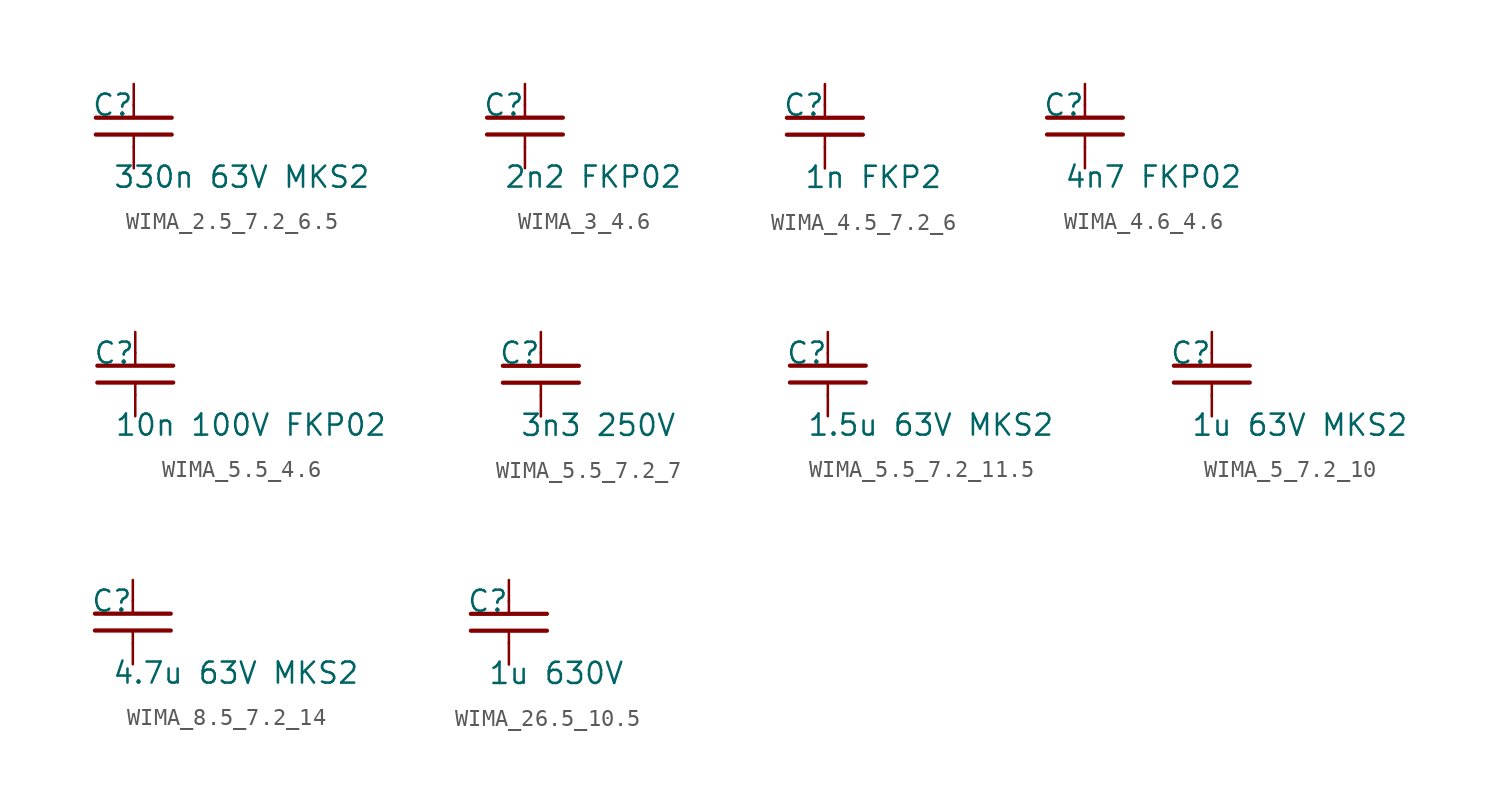
<source format=kicad_sym>
(kicad_symbol_lib
  (version 20231120)
  (generator "kicad_symbol_editor")
  (generator_version "8.0")
  (symbol "WIMA_2.5_7.2_6.5"
    (property "Reference" "C"
      (at -1.27 1.27 0)
      (effects (font (size 1.27 1.27))))
    (property "Value" "330n 63V MKS2"
      (at -1.27 -3.81 0)
      (effects (font (size 1.27 1.27)) (justify left bottom)))
    (symbol "WIMA_2.5_7.2_6.5_1_0"
      (polyline (pts (xy -2.286 -0.508) (xy 2.286 -0.508)) (stroke (width 0.254) (type solid)) (fill (type none)))
      (polyline (pts (xy -2.286 0.508) (xy 2.286 0.508)) (stroke (width 0.254) (type solid)) (fill (type none)))
      (polyline (pts (xy 0 -0.508) (xy 0 -1.27)) (stroke (width 0) (type solid)) (fill (type none)))
      (polyline (pts (xy 0 1.27) (xy 0 0.508)) (stroke (width 0) (type solid)) (fill (type none)))
      (pin passive line (at 0 2.54 270) (length 1.27) (name "" (effects (font (size 0 0)))) (number "1" (effects (font (size 0 0)))))
      (pin passive line (at 0 -2.54 90) (length 1.27) (name "" (effects (font (size 0 0)))) (number "2" (effects (font (size 0 0)))))))
  (symbol "WIMA_3_4.6"
    (property "Reference" "C"
      (at -1.27 1.27 0)
      (effects (font (size 1.27 1.27))))
    (property "Value" "2n2 FKP02"
      (at -1.27 -3.81 0)
      (effects (font (size 1.27 1.27)) (justify left bottom)))
    (symbol "WIMA_3_4.6_1_0"
      (polyline (pts (xy -2.286 -0.508) (xy 2.286 -0.508)) (stroke (width 0.254) (type solid)) (fill (type none)))
      (polyline (pts (xy -2.286 0.508) (xy 2.286 0.508)) (stroke (width 0.254) (type solid)) (fill (type none)))
      (polyline (pts (xy 0 -0.508) (xy 0 -1.27)) (stroke (width 0) (type solid)) (fill (type none)))
      (polyline (pts (xy 0 1.27) (xy 0 0.508)) (stroke (width 0) (type solid)) (fill (type none)))
      (pin passive line (at 0 2.54 270) (length 1.27) (name "" (effects (font (size 0 0)))) (number "1" (effects (font (size 0 0)))))
      (pin passive line (at 0 -2.54 90) (length 1.27) (name "" (effects (font (size 0 0)))) (number "2" (effects (font (size 0 0)))))))
  (symbol "WIMA_4.5_7.2_6"
    (property "Reference" "C"
      (at -1.27 1.27 0)
      (effects (font (size 1.27 1.27))))
    (property "Value" "1n FKP2"
      (at -1.27 -3.81 0)
      (effects (font (size 1.27 1.27)) (justify left bottom)))
    (symbol "WIMA_4.5_7.2_6_1_0"
      (polyline (pts (xy -2.286 -0.508) (xy 2.286 -0.508)) (stroke (width 0.254) (type solid)) (fill (type none)))
      (polyline (pts (xy -2.286 0.508) (xy 2.286 0.508)) (stroke (width 0.254) (type solid)) (fill (type none)))
      (polyline (pts (xy 0 -0.508) (xy 0 -1.27)) (stroke (width 0) (type solid)) (fill (type none)))
      (polyline (pts (xy 0 1.27) (xy 0 0.508)) (stroke (width 0) (type solid)) (fill (type none)))
      (pin passive line (at 0 2.54 270) (length 1.27) (name "" (effects (font (size 0 0)))) (number "1" (effects (font (size 0 0)))))
      (pin passive line (at 0 -2.54 90) (length 1.27) (name "" (effects (font (size 0 0)))) (number "2" (effects (font (size 0 0)))))))
  (symbol "WIMA_4.6_4.6"
    (property "Reference" "C"
      (at -1.27 1.27 0)
      (effects (font (size 1.27 1.27))))
    (property "Value" "4n7 FKP02"
      (at -1.27 -3.81 0)
      (effects (font (size 1.27 1.27)) (justify left bottom)))
    (symbol "WIMA_4.6_4.6_1_0"
      (polyline (pts (xy -2.286 -0.508) (xy 2.286 -0.508)) (stroke (width 0.254) (type solid)) (fill (type none)))
      (polyline (pts (xy -2.286 0.508) (xy 2.286 0.508)) (stroke (width 0.254) (type solid)) (fill (type none)))
      (polyline (pts (xy 0 -0.508) (xy 0 -1.27)) (stroke (width 0) (type solid)) (fill (type none)))
      (polyline (pts (xy 0 1.27) (xy 0 0.508)) (stroke (width 0) (type solid)) (fill (type none)))
      (pin passive line (at 0 2.54 270) (length 1.27) (name "" (effects (font (size 0 0)))) (number "1" (effects (font (size 0 0)))))
      (pin passive line (at 0 -2.54 90) (length 1.27) (name "" (effects (font (size 0 0)))) (number "2" (effects (font (size 0 0)))))))
  (symbol "WIMA_5.5_4.6"
    (property "Reference" "C"
      (at -1.27 1.27 0)
      (effects (font (size 1.27 1.27))))
    (property "Value" "10n 100V FKP02"
      (at -1.27 -3.81 0)
      (effects (font (size 1.27 1.27)) (justify left bottom)))
    (symbol "WIMA_5.5_4.6_1_0"
      (polyline (pts (xy -2.286 -0.508) (xy 2.286 -0.508)) (stroke (width 0.254) (type solid)) (fill (type none)))
      (polyline (pts (xy -2.286 0.508) (xy 2.286 0.508)) (stroke (width 0.254) (type solid)) (fill (type none)))
      (polyline (pts (xy 0 -0.508) (xy 0 -1.27)) (stroke (width 0) (type solid)) (fill (type none)))
      (polyline (pts (xy 0 1.27) (xy 0 0.508)) (stroke (width 0) (type solid)) (fill (type none)))
      (pin passive line (at 0 2.54 270) (length 1.27) (name "" (effects (font (size 0 0)))) (number "1" (effects (font (size 0 0)))))
      (pin passive line (at 0 -2.54 90) (length 1.27) (name "" (effects (font (size 0 0)))) (number "2" (effects (font (size 0 0)))))))
  (symbol "WIMA_5.5_7.2_7"
    (property "Reference" "C"
      (at -1.27 1.27 0)
      (effects (font (size 1.27 1.27))))
    (property "Value" "3n3 250V"
      (at -1.27 -3.81 0)
      (effects (font (size 1.27 1.27)) (justify left bottom)))
    (symbol "WIMA_5.5_7.2_7_1_0"
      (polyline (pts (xy -2.286 -0.508) (xy 2.286 -0.508)) (stroke (width 0.254) (type solid)) (fill (type none)))
      (polyline (pts (xy -2.286 0.508) (xy 2.286 0.508)) (stroke (width 0.254) (type solid)) (fill (type none)))
      (polyline (pts (xy 0 -0.508) (xy 0 -1.27)) (stroke (width 0) (type solid)) (fill (type none)))
      (polyline (pts (xy 0 1.27) (xy 0 0.508)) (stroke (width 0) (type solid)) (fill (type none)))
      (pin passive line (at 0 2.54 270) (length 1.27) (name "" (effects (font (size 0 0)))) (number "1" (effects (font (size 0 0)))))
      (pin passive line (at 0 -2.54 90) (length 1.27) (name "" (effects (font (size 0 0)))) (number "2" (effects (font (size 0 0)))))))
  (symbol "WIMA_5.5_7.2_11.5"
    (property "Reference" "C"
      (at -1.27 1.27 0)
      (effects (font (size 1.27 1.27))))
    (property "Value" "1.5u 63V MKS2"
      (at -1.27 -3.81 0)
      (effects (font (size 1.27 1.27)) (justify left bottom)))
    (symbol "WIMA_5.5_7.2_11.5_1_0"
      (polyline (pts (xy -2.286 -0.508) (xy 2.286 -0.508)) (stroke (width 0.254) (type solid)) (fill (type none)))
      (polyline (pts (xy -2.286 0.508) (xy 2.286 0.508)) (stroke (width 0.254) (type solid)) (fill (type none)))
      (polyline (pts (xy 0 -0.508) (xy 0 -1.27)) (stroke (width 0) (type solid)) (fill (type none)))
      (polyline (pts (xy 0 1.27) (xy 0 0.508)) (stroke (width 0) (type solid)) (fill (type none)))
      (pin passive line (at 0 2.54 270) (length 1.27) (name "" (effects (font (size 0 0)))) (number "1" (effects (font (size 0 0)))))
      (pin passive line (at 0 -2.54 90) (length 1.27) (name "" (effects (font (size 0 0)))) (number "2" (effects (font (size 0 0)))))))
  (symbol "WIMA_5_7.2_10"
    (property "Reference" "C"
      (at -1.27 1.27 0)
      (effects (font (size 1.27 1.27))))
    (property "Value" "1u 63V MKS2"
      (at -1.27 -3.81 0)
      (effects (font (size 1.27 1.27)) (justify left bottom)))
    (symbol "WIMA_5_7.2_10_1_0"
      (polyline (pts (xy -2.286 -0.508) (xy 2.286 -0.508)) (stroke (width 0.254) (type solid)) (fill (type none)))
      (polyline (pts (xy -2.286 0.508) (xy 2.286 0.508)) (stroke (width 0.254) (type solid)) (fill (type none)))
      (polyline (pts (xy 0 -0.508) (xy 0 -1.27)) (stroke (width 0) (type solid)) (fill (type none)))
      (polyline (pts (xy 0 1.27) (xy 0 0.508)) (stroke (width 0) (type solid)) (fill (type none)))
      (pin passive line (at 0 2.54 270) (length 1.27) (name "" (effects (font (size 0 0)))) (number "1" (effects (font (size 0 0)))))
      (pin passive line (at 0 -2.54 90) (length 1.27) (name "" (effects (font (size 0 0)))) (number "2" (effects (font (size 0 0)))))))
  (symbol "WIMA_8.5_7.2_14"
    (property "Reference" "C"
      (at -1.27 1.27 0)
      (effects (font (size 1.27 1.27))))
    (property "Value" "4.7u 63V MKS2"
      (at -1.27 -3.81 0)
      (effects (font (size 1.27 1.27)) (justify left bottom)))
    (symbol "WIMA_8.5_7.2_14_1_0"
      (polyline (pts (xy -2.286 -0.508) (xy 2.286 -0.508)) (stroke (width 0.254) (type solid)) (fill (type none)))
      (polyline (pts (xy -2.286 0.508) (xy 2.286 0.508)) (stroke (width 0.254) (type solid)) (fill (type none)))
      (polyline (pts (xy 0 -0.508) (xy 0 -1.27)) (stroke (width 0) (type solid)) (fill (type none)))
      (polyline (pts (xy 0 1.27) (xy 0 0.508)) (stroke (width 0) (type solid)) (fill (type none)))
      (pin passive line (at 0 2.54 270) (length 1.27) (name "" (effects (font (size 0 0)))) (number "1" (effects (font (size 0 0)))))
      (pin passive line (at 0 -2.54 90) (length 1.27) (name "" (effects (font (size 0 0)))) (number "2" (effects (font (size 0 0)))))))
  (symbol "WIMA_26.5_10.5"
    (property "Reference" "C"
      (at -1.27 1.27 0)
      (effects (font (size 1.27 1.27))))
    (property "Value" "1u 630V"
      (at -1.27 -3.81 0)
      (effects (font (size 1.27 1.27)) (justify left bottom)))
    (symbol "WIMA_26.5_10.5_1_0"
      (polyline (pts (xy -2.286 -0.508) (xy 2.286 -0.508)) (stroke (width 0.254) (type solid)) (fill (type none)))
      (polyline (pts (xy -2.286 0.508) (xy 2.286 0.508)) (stroke (width 0.254) (type solid)) (fill (type none)))
      (polyline (pts (xy 0 -0.508) (xy 0 -1.27)) (stroke (width 0) (type solid)) (fill (type none)))
      (polyline (pts (xy 0 1.27) (xy 0 0.508)) (stroke (width 0) (type solid)) (fill (type none)))
      (pin passive line (at 0 2.54 270) (length 1.27) (name "" (effects (font (size 0 0)))) (number "1" (effects (font (size 0 0)))))
      (pin passive line (at 0 -2.54 90) (length 1.27) (name "" (effects (font (size 0 0)))) (number "2" (effects (font (size 0 0))))))))
</source>
